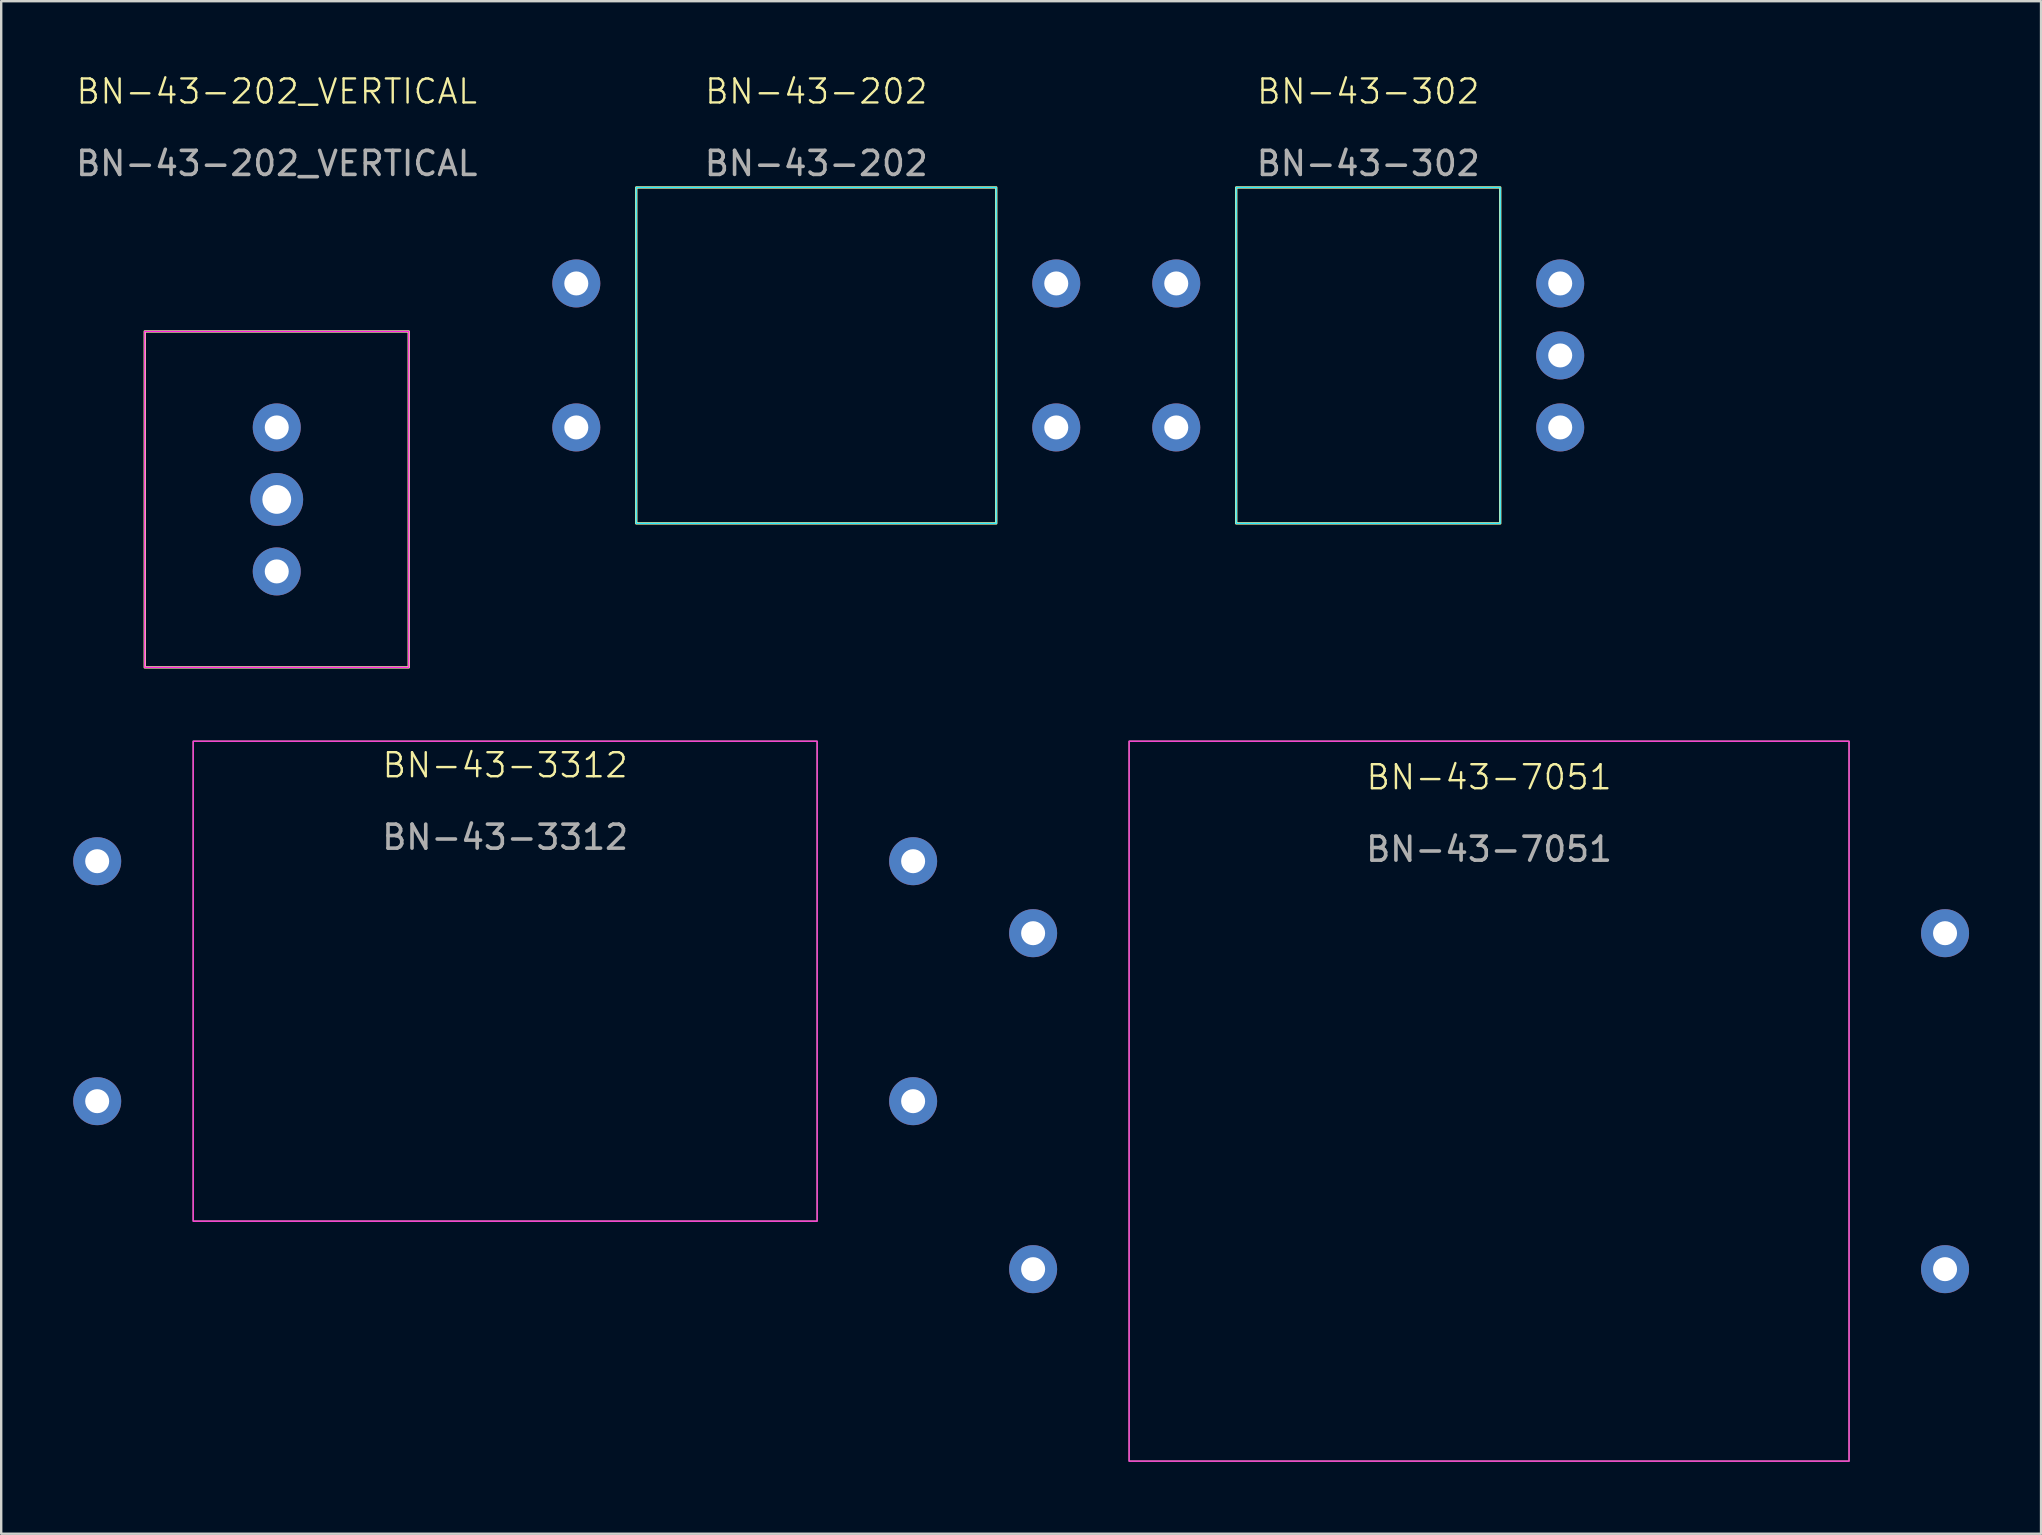
<source format=kicad_pcb>
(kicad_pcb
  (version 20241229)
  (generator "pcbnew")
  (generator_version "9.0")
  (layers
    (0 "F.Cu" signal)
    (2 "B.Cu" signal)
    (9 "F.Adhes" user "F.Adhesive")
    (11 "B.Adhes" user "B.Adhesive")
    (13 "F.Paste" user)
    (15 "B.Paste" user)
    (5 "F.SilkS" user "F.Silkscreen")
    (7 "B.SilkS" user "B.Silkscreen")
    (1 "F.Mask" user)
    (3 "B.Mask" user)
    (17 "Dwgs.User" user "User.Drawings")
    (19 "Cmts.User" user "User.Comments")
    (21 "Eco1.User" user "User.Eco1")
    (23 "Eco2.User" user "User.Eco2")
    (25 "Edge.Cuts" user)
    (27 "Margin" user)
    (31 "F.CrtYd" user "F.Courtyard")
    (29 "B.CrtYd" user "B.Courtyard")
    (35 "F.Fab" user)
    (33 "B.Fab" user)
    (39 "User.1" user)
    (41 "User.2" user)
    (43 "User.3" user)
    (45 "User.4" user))
  (footprint "BN-43-7051"
    (layer "F.Cu")
    (at 59 42.836)
    (property "Reference" "BN-43-7051" (at 0 -13.5 0) (unlocked yes) (layer "F.SilkS") (effects (font (size 1 1) (thickness 0.1))))
    (attr through_hole)
    (fp_rect (start -15 -15) (end 15 15) (stroke (width 0.05) (type default)) (fill no) (layer "F.SilkS"))
    (fp_rect (start -15 -15) (end 15 15) (stroke (width 0.05) (type default)) (fill no) (layer "F.CrtYd"))
    (fp_text user "${REFERENCE}" (at 0 -10.5 0) (unlocked yes) (layer "F.Fab") (effects (font (size 1 1) (thickness 0.15))))
    (pad "1" thru_hole circle (at -19 -7) (size 2 2) (drill 1) (layers "*.Cu" "*.Mask"))
    (pad "2" thru_hole circle (at -19 7) (size 2 2) (drill 1) (layers "*.Cu" "*.Mask"))
    (pad "3" thru_hole circle (at 19 7) (size 2 2) (drill 1) (layers "*.Cu" "*.Mask"))
    (pad "4" thru_hole circle (at 19 -7) (size 2 2) (drill 1) (layers "*.Cu" "*.Mask")))
  (footprint "BN-43-3312"
    (layer "F.Cu")
    (at 18 37.836)
    (property "Reference" "BN-43-3312" (at 0 -9 0) (unlocked yes) (layer "F.SilkS") (effects (font (size 1 1) (thickness 0.1))))
    (attr through_hole)
    (fp_rect (start -13 -10) (end 13 10) (stroke (width 0.05) (type default)) (fill no) (layer "F.SilkS"))
    (fp_rect (start -13 -10) (end 13 10) (stroke (width 0.05) (type default)) (fill no) (layer "F.CrtYd"))
    (fp_text user "${REFERENCE}" (at 0 -6 0) (unlocked yes) (layer "F.Fab") (effects (font (size 1 1) (thickness 0.15))))
    (pad "1" thru_hole circle (at -17 -5) (size 2 2) (drill 1) (layers "*.Cu" "*.Mask"))
    (pad "2" thru_hole circle (at -17 5) (size 2 2) (drill 1) (layers "*.Cu" "*.Mask"))
    (pad "3" thru_hole circle (at 17 5) (size 2 2) (drill 1) (layers "*.Cu" "*.Mask"))
    (pad "4" thru_hole circle (at 17 -5) (size 2 2) (drill 1) (layers "*.Cu" "*.Mask")))
  (footprint "BN-43-202_VERTICAL"
    (layer "F.Cu")
    (at 8.482 17.761)
    (property "Reference" "BN-43-202_VERTICAL" (at 0 -17 0) (unlocked yes) (layer "F.SilkS") (effects (font (size 1 1) (thickness 0.1))))
    (attr through_hole)
    (fp_rect (start -5.5 -7) (end 5.5 7) (stroke (width 0.1) (type default)) (fill no) (layer "F.SilkS"))
    (fp_rect (start -5.5 -7) (end 5.5 7) (stroke (width 0.05) (type default)) (fill no) (layer "F.CrtYd"))
    (fp_text user "${REFERENCE}" (at 0 -14 0) (unlocked yes) (layer "F.Fab") (effects (font (size 1 1) (thickness 0.15))))
    (pad "1" thru_hole circle (at 0 -3) (size 2 2) (drill 1) (layers "*.Cu" "*.Mask"))
    (pad "2" thru_hole circle (at 0 0) (size 2.2 2.2) (drill 1.2) (layers "*.Cu" "*.Mask"))
    (pad "3" thru_hole circle (at 0 3) (size 2 2) (drill 1) (layers "*.Cu" "*.Mask")))
  (footprint "BN-43-302"
    (layer "F.Cu")
    (at 53.964 11.761)
    (property "Reference" "BN-43-302" (at 0 -11 0) (unlocked yes) (layer "F.SilkS") (effects (font (size 1 1) (thickness 0.1))))
    (attr through_hole)
    (fp_rect (start -5.5 -7) (end 5.5 7) (stroke (width 0.1) (type default)) (fill no) (layer "F.SilkS"))
    (fp_rect (start -5.5 -7) (end 5.5 7) (stroke (width 0.05) (type default)) (fill no) (layer "B.CrtYd"))
    (fp_text user "${REFERENCE}" (at 0 -8 0) (unlocked yes) (layer "F.Fab") (effects (font (size 1 1) (thickness 0.15))))
    (pad "1" thru_hole circle (at -8 -3) (size 2 2) (drill 1) (layers "*.Cu" "*.Mask"))
    (pad "2" thru_hole circle (at -8 3) (size 2 2) (drill 1) (layers "*.Cu" "*.Mask"))
    (pad "3" thru_hole circle (at 8 3) (size 2 2) (drill 1) (layers "*.Cu" "*.Mask"))
    (pad "4" thru_hole circle (at 8 0) (size 2 2) (drill 1) (layers "*.Cu" "*.Mask"))
    (pad "5" thru_hole circle (at 8 -3) (size 2 2) (drill 1) (layers "*.Cu" "*.Mask")))
  (footprint "BN-43-202"
    (layer "F.Cu")
    (at 30.964 11.761)
    (property "Reference" "BN-43-202" (at 0 -11 0) (unlocked yes) (layer "F.SilkS") (effects (font (size 1 1) (thickness 0.1))))
    (attr through_hole)
    (fp_rect (start -7.5 -7) (end 7.5 7) (stroke (width 0.1) (type solid)) (fill no) (layer "F.SilkS"))
    (fp_rect (start -7.5 -7) (end 7.5 7) (stroke (width 0.05) (type solid)) (fill no) (layer "B.CrtYd"))
    (fp_text user "${REFERENCE}" (at 0 -8 0) (unlocked yes) (layer "F.Fab") (effects (font (size 1 1) (thickness 0.15))))
    (pad "1" thru_hole circle (at -10 -3) (size 2 2) (drill 1) (layers "*.Cu" "*.Mask"))
    (pad "2" thru_hole circle (at -10 3) (size 2 2) (drill 1) (layers "*.Cu" "*.Mask"))
    (pad "3" thru_hole circle (at 10 3) (size 2 2) (drill 1) (layers "*.Cu" "*.Mask"))
    (pad "4" thru_hole circle (at 10 -3) (size 2 2) (drill 1) (layers "*.Cu" "*.Mask")))
  (gr_rect
    (start -3 -3)
    (end 82 60.861)
    (stroke (width 0.1) (type default))
    (fill no)
    (layer "Edge.Cuts")))
</source>
